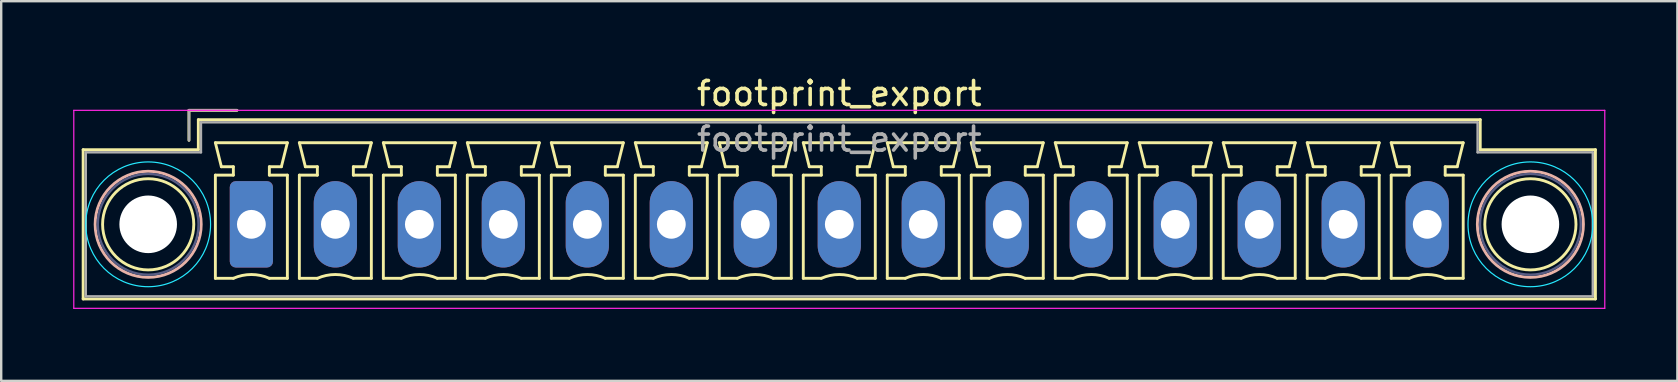
<source format=kicad_pcb>
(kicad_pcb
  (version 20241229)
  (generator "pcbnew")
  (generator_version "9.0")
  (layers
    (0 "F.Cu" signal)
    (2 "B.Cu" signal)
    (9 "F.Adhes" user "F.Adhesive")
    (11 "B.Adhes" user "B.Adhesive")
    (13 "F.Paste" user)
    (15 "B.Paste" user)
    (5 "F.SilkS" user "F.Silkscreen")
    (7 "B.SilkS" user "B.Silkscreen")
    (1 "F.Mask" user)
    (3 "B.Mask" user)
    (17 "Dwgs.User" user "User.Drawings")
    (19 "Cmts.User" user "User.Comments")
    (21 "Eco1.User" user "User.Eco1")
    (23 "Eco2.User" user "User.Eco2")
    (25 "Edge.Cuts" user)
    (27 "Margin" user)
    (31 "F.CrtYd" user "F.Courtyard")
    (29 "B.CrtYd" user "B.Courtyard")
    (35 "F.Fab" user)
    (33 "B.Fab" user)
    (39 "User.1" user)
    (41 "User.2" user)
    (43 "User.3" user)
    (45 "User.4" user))
  (footprint "footprint_export"
    (layer "F.Cu")
    (at 7.425 6.298)
    (property "Reference" "footprint_export" (at 24.5 -5.45 0) (layer "F.SilkS") (effects (font (size 1 1) (thickness 0.15))))
    (attr through_hole)
    (fp_line (start -7.01 -3.11) (end -7.01 3.11) (stroke (width 0.12) (type solid)) (layer "F.SilkS"))
    (fp_line (start -7.01 3.11) (end 56.01 3.11) (stroke (width 0.12) (type solid)) (layer "F.SilkS"))
    (fp_line (start -2.6 -4.75) (end -0.6 -4.75) (stroke (width 0.12) (type solid)) (layer "F.SilkS"))
    (fp_line (start -2.6 -3.5) (end -2.6 -4.75) (stroke (width 0.12) (type solid)) (layer "F.SilkS"))
    (fp_line (start -2.21 -4.36) (end -2.21 -3.11) (stroke (width 0.12) (type solid)) (layer "F.SilkS"))
    (fp_line (start -2.21 -3.11) (end -7.01 -3.11) (stroke (width 0.12) (type solid)) (layer "F.SilkS"))
    (fp_line (start -1.5 -3.4) (end 1.5 -3.4) (stroke (width 0.12) (type solid)) (layer "F.SilkS"))
    (fp_line (start -1.5 -2.05) (end -0.75 -2.05) (stroke (width 0.12) (type solid)) (layer "F.SilkS"))
    (fp_line (start -1.5 2.25) (end -1.5 -2.05) (stroke (width 0.12) (type solid)) (layer "F.SilkS"))
    (fp_line (start -1.25 -2.4) (end -1.5 -3.4) (stroke (width 0.12) (type solid)) (layer "F.SilkS"))
    (fp_line (start -0.75 -2.4) (end -1.25 -2.4) (stroke (width 0.12) (type solid)) (layer "F.SilkS"))
    (fp_line (start -0.75 -2.05) (end -0.75 -2.4) (stroke (width 0.12) (type solid)) (layer "F.SilkS"))
    (fp_line (start -0.75 2.25) (end -1.5 2.25) (stroke (width 0.12) (type solid)) (layer "F.SilkS"))
    (fp_line (start 0.75 -2.4) (end 0.75 -2.05) (stroke (width 0.12) (type solid)) (layer "F.SilkS"))
    (fp_line (start 0.75 -2.05) (end 1.5 -2.05) (stroke (width 0.12) (type solid)) (layer "F.SilkS"))
    (fp_line (start 1.25 -2.4) (end 0.75 -2.4) (stroke (width 0.12) (type solid)) (layer "F.SilkS"))
    (fp_line (start 1.5 -3.4) (end 1.25 -2.4) (stroke (width 0.12) (type solid)) (layer "F.SilkS"))
    (fp_line (start 1.5 -2.05) (end 1.5 2.25) (stroke (width 0.12) (type solid)) (layer "F.SilkS"))
    (fp_line (start 1.5 2.25) (end 0.75 2.25) (stroke (width 0.12) (type solid)) (layer "F.SilkS"))
    (fp_line (start 2 -3.4) (end 5 -3.4) (stroke (width 0.12) (type solid)) (layer "F.SilkS"))
    (fp_line (start 2 -2.05) (end 2.75 -2.05) (stroke (width 0.12) (type solid)) (layer "F.SilkS"))
    (fp_line (start 2 2.25) (end 2 -2.05) (stroke (width 0.12) (type solid)) (layer "F.SilkS"))
    (fp_line (start 2.25 -2.4) (end 2 -3.4) (stroke (width 0.12) (type solid)) (layer "F.SilkS"))
    (fp_line (start 2.75 -2.4) (end 2.25 -2.4) (stroke (width 0.12) (type solid)) (layer "F.SilkS"))
    (fp_line (start 2.75 -2.05) (end 2.75 -2.4) (stroke (width 0.12) (type solid)) (layer "F.SilkS"))
    (fp_line (start 2.75 2.25) (end 2 2.25) (stroke (width 0.12) (type solid)) (layer "F.SilkS"))
    (fp_line (start 4.25 -2.4) (end 4.25 -2.05) (stroke (width 0.12) (type solid)) (layer "F.SilkS"))
    (fp_line (start 4.25 -2.05) (end 5 -2.05) (stroke (width 0.12) (type solid)) (layer "F.SilkS"))
    (fp_line (start 4.75 -2.4) (end 4.25 -2.4) (stroke (width 0.12) (type solid)) (layer "F.SilkS"))
    (fp_line (start 5 -3.4) (end 4.75 -2.4) (stroke (width 0.12) (type solid)) (layer "F.SilkS"))
    (fp_line (start 5 -2.05) (end 5 2.25) (stroke (width 0.12) (type solid)) (layer "F.SilkS"))
    (fp_line (start 5 2.25) (end 4.25 2.25) (stroke (width 0.12) (type solid)) (layer "F.SilkS"))
    (fp_line (start 5.5 -3.4) (end 8.5 -3.4) (stroke (width 0.12) (type solid)) (layer "F.SilkS"))
    (fp_line (start 5.5 -2.05) (end 6.25 -2.05) (stroke (width 0.12) (type solid)) (layer "F.SilkS"))
    (fp_line (start 5.5 2.25) (end 5.5 -2.05) (stroke (width 0.12) (type solid)) (layer "F.SilkS"))
    (fp_line (start 5.75 -2.4) (end 5.5 -3.4) (stroke (width 0.12) (type solid)) (layer "F.SilkS"))
    (fp_line (start 6.25 -2.4) (end 5.75 -2.4) (stroke (width 0.12) (type solid)) (layer "F.SilkS"))
    (fp_line (start 6.25 -2.05) (end 6.25 -2.4) (stroke (width 0.12) (type solid)) (layer "F.SilkS"))
    (fp_line (start 6.25 2.25) (end 5.5 2.25) (stroke (width 0.12) (type solid)) (layer "F.SilkS"))
    (fp_line (start 7.75 -2.4) (end 7.75 -2.05) (stroke (width 0.12) (type solid)) (layer "F.SilkS"))
    (fp_line (start 7.75 -2.05) (end 8.5 -2.05) (stroke (width 0.12) (type solid)) (layer "F.SilkS"))
    (fp_line (start 8.25 -2.4) (end 7.75 -2.4) (stroke (width 0.12) (type solid)) (layer "F.SilkS"))
    (fp_line (start 8.5 -3.4) (end 8.25 -2.4) (stroke (width 0.12) (type solid)) (layer "F.SilkS"))
    (fp_line (start 8.5 -2.05) (end 8.5 2.25) (stroke (width 0.12) (type solid)) (layer "F.SilkS"))
    (fp_line (start 8.5 2.25) (end 7.75 2.25) (stroke (width 0.12) (type solid)) (layer "F.SilkS"))
    (fp_line (start 9 -3.4) (end 12 -3.4) (stroke (width 0.12) (type solid)) (layer "F.SilkS"))
    (fp_line (start 9 -2.05) (end 9.75 -2.05) (stroke (width 0.12) (type solid)) (layer "F.SilkS"))
    (fp_line (start 9 2.25) (end 9 -2.05) (stroke (width 0.12) (type solid)) (layer "F.SilkS"))
    (fp_line (start 9.25 -2.4) (end 9 -3.4) (stroke (width 0.12) (type solid)) (layer "F.SilkS"))
    (fp_line (start 9.75 -2.4) (end 9.25 -2.4) (stroke (width 0.12) (type solid)) (layer "F.SilkS"))
    (fp_line (start 9.75 -2.05) (end 9.75 -2.4) (stroke (width 0.12) (type solid)) (layer "F.SilkS"))
    (fp_line (start 9.75 2.25) (end 9 2.25) (stroke (width 0.12) (type solid)) (layer "F.SilkS"))
    (fp_line (start 11.25 -2.4) (end 11.25 -2.05) (stroke (width 0.12) (type solid)) (layer "F.SilkS"))
    (fp_line (start 11.25 -2.05) (end 12 -2.05) (stroke (width 0.12) (type solid)) (layer "F.SilkS"))
    (fp_line (start 11.75 -2.4) (end 11.25 -2.4) (stroke (width 0.12) (type solid)) (layer "F.SilkS"))
    (fp_line (start 12 -3.4) (end 11.75 -2.4) (stroke (width 0.12) (type solid)) (layer "F.SilkS"))
    (fp_line (start 12 -2.05) (end 12 2.25) (stroke (width 0.12) (type solid)) (layer "F.SilkS"))
    (fp_line (start 12 2.25) (end 11.25 2.25) (stroke (width 0.12) (type solid)) (layer "F.SilkS"))
    (fp_line (start 12.5 -3.4) (end 15.5 -3.4) (stroke (width 0.12) (type solid)) (layer "F.SilkS"))
    (fp_line (start 12.5 -2.05) (end 13.25 -2.05) (stroke (width 0.12) (type solid)) (layer "F.SilkS"))
    (fp_line (start 12.5 2.25) (end 12.5 -2.05) (stroke (width 0.12) (type solid)) (layer "F.SilkS"))
    (fp_line (start 12.75 -2.4) (end 12.5 -3.4) (stroke (width 0.12) (type solid)) (layer "F.SilkS"))
    (fp_line (start 13.25 -2.4) (end 12.75 -2.4) (stroke (width 0.12) (type solid)) (layer "F.SilkS"))
    (fp_line (start 13.25 -2.05) (end 13.25 -2.4) (stroke (width 0.12) (type solid)) (layer "F.SilkS"))
    (fp_line (start 13.25 2.25) (end 12.5 2.25) (stroke (width 0.12) (type solid)) (layer "F.SilkS"))
    (fp_line (start 14.75 -2.4) (end 14.75 -2.05) (stroke (width 0.12) (type solid)) (layer "F.SilkS"))
    (fp_line (start 14.75 -2.05) (end 15.5 -2.05) (stroke (width 0.12) (type solid)) (layer "F.SilkS"))
    (fp_line (start 15.25 -2.4) (end 14.75 -2.4) (stroke (width 0.12) (type solid)) (layer "F.SilkS"))
    (fp_line (start 15.5 -3.4) (end 15.25 -2.4) (stroke (width 0.12) (type solid)) (layer "F.SilkS"))
    (fp_line (start 15.5 -2.05) (end 15.5 2.25) (stroke (width 0.12) (type solid)) (layer "F.SilkS"))
    (fp_line (start 15.5 2.25) (end 14.75 2.25) (stroke (width 0.12) (type solid)) (layer "F.SilkS"))
    (fp_line (start 16 -3.4) (end 19 -3.4) (stroke (width 0.12) (type solid)) (layer "F.SilkS"))
    (fp_line (start 16 -2.05) (end 16.75 -2.05) (stroke (width 0.12) (type solid)) (layer "F.SilkS"))
    (fp_line (start 16 2.25) (end 16 -2.05) (stroke (width 0.12) (type solid)) (layer "F.SilkS"))
    (fp_line (start 16.25 -2.4) (end 16 -3.4) (stroke (width 0.12) (type solid)) (layer "F.SilkS"))
    (fp_line (start 16.75 -2.4) (end 16.25 -2.4) (stroke (width 0.12) (type solid)) (layer "F.SilkS"))
    (fp_line (start 16.75 -2.05) (end 16.75 -2.4) (stroke (width 0.12) (type solid)) (layer "F.SilkS"))
    (fp_line (start 16.75 2.25) (end 16 2.25) (stroke (width 0.12) (type solid)) (layer "F.SilkS"))
    (fp_line (start 18.25 -2.4) (end 18.25 -2.05) (stroke (width 0.12) (type solid)) (layer "F.SilkS"))
    (fp_line (start 18.25 -2.05) (end 19 -2.05) (stroke (width 0.12) (type solid)) (layer "F.SilkS"))
    (fp_line (start 18.75 -2.4) (end 18.25 -2.4) (stroke (width 0.12) (type solid)) (layer "F.SilkS"))
    (fp_line (start 19 -3.4) (end 18.75 -2.4) (stroke (width 0.12) (type solid)) (layer "F.SilkS"))
    (fp_line (start 19 -2.05) (end 19 2.25) (stroke (width 0.12) (type solid)) (layer "F.SilkS"))
    (fp_line (start 19 2.25) (end 18.25 2.25) (stroke (width 0.12) (type solid)) (layer "F.SilkS"))
    (fp_line (start 19.5 -3.4) (end 22.5 -3.4) (stroke (width 0.12) (type solid)) (layer "F.SilkS"))
    (fp_line (start 19.5 -2.05) (end 20.25 -2.05) (stroke (width 0.12) (type solid)) (layer "F.SilkS"))
    (fp_line (start 19.5 2.25) (end 19.5 -2.05) (stroke (width 0.12) (type solid)) (layer "F.SilkS"))
    (fp_line (start 19.75 -2.4) (end 19.5 -3.4) (stroke (width 0.12) (type solid)) (layer "F.SilkS"))
    (fp_line (start 20.25 -2.4) (end 19.75 -2.4) (stroke (width 0.12) (type solid)) (layer "F.SilkS"))
    (fp_line (start 20.25 -2.05) (end 20.25 -2.4) (stroke (width 0.12) (type solid)) (layer "F.SilkS"))
    (fp_line (start 20.25 2.25) (end 19.5 2.25) (stroke (width 0.12) (type solid)) (layer "F.SilkS"))
    (fp_line (start 21.75 -2.4) (end 21.75 -2.05) (stroke (width 0.12) (type solid)) (layer "F.SilkS"))
    (fp_line (start 21.75 -2.05) (end 22.5 -2.05) (stroke (width 0.12) (type solid)) (layer "F.SilkS"))
    (fp_line (start 22.25 -2.4) (end 21.75 -2.4) (stroke (width 0.12) (type solid)) (layer "F.SilkS"))
    (fp_line (start 22.5 -3.4) (end 22.25 -2.4) (stroke (width 0.12) (type solid)) (layer "F.SilkS"))
    (fp_line (start 22.5 -2.05) (end 22.5 2.25) (stroke (width 0.12) (type solid)) (layer "F.SilkS"))
    (fp_line (start 22.5 2.25) (end 21.75 2.25) (stroke (width 0.12) (type solid)) (layer "F.SilkS"))
    (fp_line (start 23 -3.4) (end 26 -3.4) (stroke (width 0.12) (type solid)) (layer "F.SilkS"))
    (fp_line (start 23 -2.05) (end 23.75 -2.05) (stroke (width 0.12) (type solid)) (layer "F.SilkS"))
    (fp_line (start 23 2.25) (end 23 -2.05) (stroke (width 0.12) (type solid)) (layer "F.SilkS"))
    (fp_line (start 23.25 -2.4) (end 23 -3.4) (stroke (width 0.12) (type solid)) (layer "F.SilkS"))
    (fp_line (start 23.75 -2.4) (end 23.25 -2.4) (stroke (width 0.12) (type solid)) (layer "F.SilkS"))
    (fp_line (start 23.75 -2.05) (end 23.75 -2.4) (stroke (width 0.12) (type solid)) (layer "F.SilkS"))
    (fp_line (start 23.75 2.25) (end 23 2.25) (stroke (width 0.12) (type solid)) (layer "F.SilkS"))
    (fp_line (start 25.25 -2.4) (end 25.25 -2.05) (stroke (width 0.12) (type solid)) (layer "F.SilkS"))
    (fp_line (start 25.25 -2.05) (end 26 -2.05) (stroke (width 0.12) (type solid)) (layer "F.SilkS"))
    (fp_line (start 25.75 -2.4) (end 25.25 -2.4) (stroke (width 0.12) (type solid)) (layer "F.SilkS"))
    (fp_line (start 26 -3.4) (end 25.75 -2.4) (stroke (width 0.12) (type solid)) (layer "F.SilkS"))
    (fp_line (start 26 -2.05) (end 26 2.25) (stroke (width 0.12) (type solid)) (layer "F.SilkS"))
    (fp_line (start 26 2.25) (end 25.25 2.25) (stroke (width 0.12) (type solid)) (layer "F.SilkS"))
    (fp_line (start 26.5 -3.4) (end 29.5 -3.4) (stroke (width 0.12) (type solid)) (layer "F.SilkS"))
    (fp_line (start 26.5 -2.05) (end 27.25 -2.05) (stroke (width 0.12) (type solid)) (layer "F.SilkS"))
    (fp_line (start 26.5 2.25) (end 26.5 -2.05) (stroke (width 0.12) (type solid)) (layer "F.SilkS"))
    (fp_line (start 26.75 -2.4) (end 26.5 -3.4) (stroke (width 0.12) (type solid)) (layer "F.SilkS"))
    (fp_line (start 27.25 -2.4) (end 26.75 -2.4) (stroke (width 0.12) (type solid)) (layer "F.SilkS"))
    (fp_line (start 27.25 -2.05) (end 27.25 -2.4) (stroke (width 0.12) (type solid)) (layer "F.SilkS"))
    (fp_line (start 27.25 2.25) (end 26.5 2.25) (stroke (width 0.12) (type solid)) (layer "F.SilkS"))
    (fp_line (start 28.75 -2.4) (end 28.75 -2.05) (stroke (width 0.12) (type solid)) (layer "F.SilkS"))
    (fp_line (start 28.75 -2.05) (end 29.5 -2.05) (stroke (width 0.12) (type solid)) (layer "F.SilkS"))
    (fp_line (start 29.25 -2.4) (end 28.75 -2.4) (stroke (width 0.12) (type solid)) (layer "F.SilkS"))
    (fp_line (start 29.5 -3.4) (end 29.25 -2.4) (stroke (width 0.12) (type solid)) (layer "F.SilkS"))
    (fp_line (start 29.5 -2.05) (end 29.5 2.25) (stroke (width 0.12) (type solid)) (layer "F.SilkS"))
    (fp_line (start 29.5 2.25) (end 28.75 2.25) (stroke (width 0.12) (type solid)) (layer "F.SilkS"))
    (fp_line (start 30 -3.4) (end 33 -3.4) (stroke (width 0.12) (type solid)) (layer "F.SilkS"))
    (fp_line (start 30 -2.05) (end 30.75 -2.05) (stroke (width 0.12) (type solid)) (layer "F.SilkS"))
    (fp_line (start 30 2.25) (end 30 -2.05) (stroke (width 0.12) (type solid)) (layer "F.SilkS"))
    (fp_line (start 30.25 -2.4) (end 30 -3.4) (stroke (width 0.12) (type solid)) (layer "F.SilkS"))
    (fp_line (start 30.75 -2.4) (end 30.25 -2.4) (stroke (width 0.12) (type solid)) (layer "F.SilkS"))
    (fp_line (start 30.75 -2.05) (end 30.75 -2.4) (stroke (width 0.12) (type solid)) (layer "F.SilkS"))
    (fp_line (start 30.75 2.25) (end 30 2.25) (stroke (width 0.12) (type solid)) (layer "F.SilkS"))
    (fp_line (start 32.25 -2.4) (end 32.25 -2.05) (stroke (width 0.12) (type solid)) (layer "F.SilkS"))
    (fp_line (start 32.25 -2.05) (end 33 -2.05) (stroke (width 0.12) (type solid)) (layer "F.SilkS"))
    (fp_line (start 32.75 -2.4) (end 32.25 -2.4) (stroke (width 0.12) (type solid)) (layer "F.SilkS"))
    (fp_line (start 33 -3.4) (end 32.75 -2.4) (stroke (width 0.12) (type solid)) (layer "F.SilkS"))
    (fp_line (start 33 -2.05) (end 33 2.25) (stroke (width 0.12) (type solid)) (layer "F.SilkS"))
    (fp_line (start 33 2.25) (end 32.25 2.25) (stroke (width 0.12) (type solid)) (layer "F.SilkS"))
    (fp_line (start 33.5 -3.4) (end 36.5 -3.4) (stroke (width 0.12) (type solid)) (layer "F.SilkS"))
    (fp_line (start 33.5 -2.05) (end 34.25 -2.05) (stroke (width 0.12) (type solid)) (layer "F.SilkS"))
    (fp_line (start 33.5 2.25) (end 33.5 -2.05) (stroke (width 0.12) (type solid)) (layer "F.SilkS"))
    (fp_line (start 33.75 -2.4) (end 33.5 -3.4) (stroke (width 0.12) (type solid)) (layer "F.SilkS"))
    (fp_line (start 34.25 -2.4) (end 33.75 -2.4) (stroke (width 0.12) (type solid)) (layer "F.SilkS"))
    (fp_line (start 34.25 -2.05) (end 34.25 -2.4) (stroke (width 0.12) (type solid)) (layer "F.SilkS"))
    (fp_line (start 34.25 2.25) (end 33.5 2.25) (stroke (width 0.12) (type solid)) (layer "F.SilkS"))
    (fp_line (start 35.75 -2.4) (end 35.75 -2.05) (stroke (width 0.12) (type solid)) (layer "F.SilkS"))
    (fp_line (start 35.75 -2.05) (end 36.5 -2.05) (stroke (width 0.12) (type solid)) (layer "F.SilkS"))
    (fp_line (start 36.25 -2.4) (end 35.75 -2.4) (stroke (width 0.12) (type solid)) (layer "F.SilkS"))
    (fp_line (start 36.5 -3.4) (end 36.25 -2.4) (stroke (width 0.12) (type solid)) (layer "F.SilkS"))
    (fp_line (start 36.5 -2.05) (end 36.5 2.25) (stroke (width 0.12) (type solid)) (layer "F.SilkS"))
    (fp_line (start 36.5 2.25) (end 35.75 2.25) (stroke (width 0.12) (type solid)) (layer "F.SilkS"))
    (fp_line (start 37 -3.4) (end 40 -3.4) (stroke (width 0.12) (type solid)) (layer "F.SilkS"))
    (fp_line (start 37 -2.05) (end 37.75 -2.05) (stroke (width 0.12) (type solid)) (layer "F.SilkS"))
    (fp_line (start 37 2.25) (end 37 -2.05) (stroke (width 0.12) (type solid)) (layer "F.SilkS"))
    (fp_line (start 37.25 -2.4) (end 37 -3.4) (stroke (width 0.12) (type solid)) (layer "F.SilkS"))
    (fp_line (start 37.75 -2.4) (end 37.25 -2.4) (stroke (width 0.12) (type solid)) (layer "F.SilkS"))
    (fp_line (start 37.75 -2.05) (end 37.75 -2.4) (stroke (width 0.12) (type solid)) (layer "F.SilkS"))
    (fp_line (start 37.75 2.25) (end 37 2.25) (stroke (width 0.12) (type solid)) (layer "F.SilkS"))
    (fp_line (start 39.25 -2.4) (end 39.25 -2.05) (stroke (width 0.12) (type solid)) (layer "F.SilkS"))
    (fp_line (start 39.25 -2.05) (end 40 -2.05) (stroke (width 0.12) (type solid)) (layer "F.SilkS"))
    (fp_line (start 39.75 -2.4) (end 39.25 -2.4) (stroke (width 0.12) (type solid)) (layer "F.SilkS"))
    (fp_line (start 40 -3.4) (end 39.75 -2.4) (stroke (width 0.12) (type solid)) (layer "F.SilkS"))
    (fp_line (start 40 -2.05) (end 40 2.25) (stroke (width 0.12) (type solid)) (layer "F.SilkS"))
    (fp_line (start 40 2.25) (end 39.25 2.25) (stroke (width 0.12) (type solid)) (layer "F.SilkS"))
    (fp_line (start 40.5 -3.4) (end 43.5 -3.4) (stroke (width 0.12) (type solid)) (layer "F.SilkS"))
    (fp_line (start 40.5 -2.05) (end 41.25 -2.05) (stroke (width 0.12) (type solid)) (layer "F.SilkS"))
    (fp_line (start 40.5 2.25) (end 40.5 -2.05) (stroke (width 0.12) (type solid)) (layer "F.SilkS"))
    (fp_line (start 40.75 -2.4) (end 40.5 -3.4) (stroke (width 0.12) (type solid)) (layer "F.SilkS"))
    (fp_line (start 41.25 -2.4) (end 40.75 -2.4) (stroke (width 0.12) (type solid)) (layer "F.SilkS"))
    (fp_line (start 41.25 -2.05) (end 41.25 -2.4) (stroke (width 0.12) (type solid)) (layer "F.SilkS"))
    (fp_line (start 41.25 2.25) (end 40.5 2.25) (stroke (width 0.12) (type solid)) (layer "F.SilkS"))
    (fp_line (start 42.75 -2.4) (end 42.75 -2.05) (stroke (width 0.12) (type solid)) (layer "F.SilkS"))
    (fp_line (start 42.75 -2.05) (end 43.5 -2.05) (stroke (width 0.12) (type solid)) (layer "F.SilkS"))
    (fp_line (start 43.25 -2.4) (end 42.75 -2.4) (stroke (width 0.12) (type solid)) (layer "F.SilkS"))
    (fp_line (start 43.5 -3.4) (end 43.25 -2.4) (stroke (width 0.12) (type solid)) (layer "F.SilkS"))
    (fp_line (start 43.5 -2.05) (end 43.5 2.25) (stroke (width 0.12) (type solid)) (layer "F.SilkS"))
    (fp_line (start 43.5 2.25) (end 42.75 2.25) (stroke (width 0.12) (type solid)) (layer "F.SilkS"))
    (fp_line (start 44 -3.4) (end 47 -3.4) (stroke (width 0.12) (type solid)) (layer "F.SilkS"))
    (fp_line (start 44 -2.05) (end 44.75 -2.05) (stroke (width 0.12) (type solid)) (layer "F.SilkS"))
    (fp_line (start 44 2.25) (end 44 -2.05) (stroke (width 0.12) (type solid)) (layer "F.SilkS"))
    (fp_line (start 44.25 -2.4) (end 44 -3.4) (stroke (width 0.12) (type solid)) (layer "F.SilkS"))
    (fp_line (start 44.75 -2.4) (end 44.25 -2.4) (stroke (width 0.12) (type solid)) (layer "F.SilkS"))
    (fp_line (start 44.75 -2.05) (end 44.75 -2.4) (stroke (width 0.12) (type solid)) (layer "F.SilkS"))
    (fp_line (start 44.75 2.25) (end 44 2.25) (stroke (width 0.12) (type solid)) (layer "F.SilkS"))
    (fp_line (start 46.25 -2.4) (end 46.25 -2.05) (stroke (width 0.12) (type solid)) (layer "F.SilkS"))
    (fp_line (start 46.25 -2.05) (end 47 -2.05) (stroke (width 0.12) (type solid)) (layer "F.SilkS"))
    (fp_line (start 46.75 -2.4) (end 46.25 -2.4) (stroke (width 0.12) (type solid)) (layer "F.SilkS"))
    (fp_line (start 47 -3.4) (end 46.75 -2.4) (stroke (width 0.12) (type solid)) (layer "F.SilkS"))
    (fp_line (start 47 -2.05) (end 47 2.25) (stroke (width 0.12) (type solid)) (layer "F.SilkS"))
    (fp_line (start 47 2.25) (end 46.25 2.25) (stroke (width 0.12) (type solid)) (layer "F.SilkS"))
    (fp_line (start 47.5 -3.4) (end 50.5 -3.4) (stroke (width 0.12) (type solid)) (layer "F.SilkS"))
    (fp_line (start 47.5 -2.05) (end 48.25 -2.05) (stroke (width 0.12) (type solid)) (layer "F.SilkS"))
    (fp_line (start 47.5 2.25) (end 47.5 -2.05) (stroke (width 0.12) (type solid)) (layer "F.SilkS"))
    (fp_line (start 47.75 -2.4) (end 47.5 -3.4) (stroke (width 0.12) (type solid)) (layer "F.SilkS"))
    (fp_line (start 48.25 -2.4) (end 47.75 -2.4) (stroke (width 0.12) (type solid)) (layer "F.SilkS"))
    (fp_line (start 48.25 -2.05) (end 48.25 -2.4) (stroke (width 0.12) (type solid)) (layer "F.SilkS"))
    (fp_line (start 48.25 2.25) (end 47.5 2.25) (stroke (width 0.12) (type solid)) (layer "F.SilkS"))
    (fp_line (start 49.75 -2.4) (end 49.75 -2.05) (stroke (width 0.12) (type solid)) (layer "F.SilkS"))
    (fp_line (start 49.75 -2.05) (end 50.5 -2.05) (stroke (width 0.12) (type solid)) (layer "F.SilkS"))
    (fp_line (start 50.25 -2.4) (end 49.75 -2.4) (stroke (width 0.12) (type solid)) (layer "F.SilkS"))
    (fp_line (start 50.5 -3.4) (end 50.25 -2.4) (stroke (width 0.12) (type solid)) (layer "F.SilkS"))
    (fp_line (start 50.5 -2.05) (end 50.5 2.25) (stroke (width 0.12) (type solid)) (layer "F.SilkS"))
    (fp_line (start 50.5 2.25) (end 49.75 2.25) (stroke (width 0.12) (type solid)) (layer "F.SilkS"))
    (fp_line (start 51.21 -4.36) (end -2.21 -4.36) (stroke (width 0.12) (type solid)) (layer "F.SilkS"))
    (fp_line (start 51.21 -3.11) (end 51.21 -4.36) (stroke (width 0.12) (type solid)) (layer "F.SilkS"))
    (fp_line (start 56.01 -3.11) (end 51.21 -3.11) (stroke (width 0.12) (type solid)) (layer "F.SilkS"))
    (fp_line (start 56.01 3.11) (end 56.01 -3.11) (stroke (width 0.12) (type solid)) (layer "F.SilkS"))
    (fp_arc (start -0.75 2.25) (mid -0.000193 2.09191) (end 0.749647 2.249844) (stroke (width 0.12) (type solid)) (layer "F.SilkS"))
    (fp_arc (start 2.75 2.25) (mid 3.499807 2.09191) (end 4.249647 2.249844) (stroke (width 0.12) (type solid)) (layer "F.SilkS"))
    (fp_arc (start 6.25 2.25) (mid 6.999807 2.09191) (end 7.749647 2.249844) (stroke (width 0.12) (type solid)) (layer "F.SilkS"))
    (fp_arc (start 9.75 2.25) (mid 10.499807 2.09191) (end 11.249647 2.249844) (stroke (width 0.12) (type solid)) (layer "F.SilkS"))
    (fp_arc (start 13.25 2.25) (mid 13.999807 2.09191) (end 14.749647 2.249844) (stroke (width 0.12) (type solid)) (layer "F.SilkS"))
    (fp_arc (start 16.75 2.25) (mid 17.499807 2.09191) (end 18.249647 2.249844) (stroke (width 0.12) (type solid)) (layer "F.SilkS"))
    (fp_arc (start 20.25 2.25) (mid 20.999807 2.09191) (end 21.749647 2.249844) (stroke (width 0.12) (type solid)) (layer "F.SilkS"))
    (fp_arc (start 23.75 2.25) (mid 24.499807 2.09191) (end 25.249647 2.249844) (stroke (width 0.12) (type solid)) (layer "F.SilkS"))
    (fp_arc (start 27.25 2.25) (mid 27.999807 2.09191) (end 28.749647 2.249844) (stroke (width 0.12) (type solid)) (layer "F.SilkS"))
    (fp_arc (start 30.75 2.25) (mid 31.499807 2.09191) (end 32.249647 2.249844) (stroke (width 0.12) (type solid)) (layer "F.SilkS"))
    (fp_arc (start 34.25 2.25) (mid 34.999807 2.09191) (end 35.749647 2.249844) (stroke (width 0.12) (type solid)) (layer "F.SilkS"))
    (fp_arc (start 37.75 2.25) (mid 38.499807 2.09191) (end 39.249647 2.249844) (stroke (width 0.12) (type solid)) (layer "F.SilkS"))
    (fp_arc (start 41.25 2.25) (mid 41.999807 2.09191) (end 42.749647 2.249844) (stroke (width 0.12) (type solid)) (layer "F.SilkS"))
    (fp_arc (start 44.75 2.25) (mid 45.499807 2.09191) (end 46.249647 2.249844) (stroke (width 0.12) (type solid)) (layer "F.SilkS"))
    (fp_arc (start 48.25 2.25) (mid 48.999807 2.09191) (end 49.749647 2.249844) (stroke (width 0.12) (type solid)) (layer "F.SilkS"))
    (fp_circle (center -4.3 0) (end -2.4 0) (stroke (width 0.12) (type solid)) (fill no) (layer "F.SilkS"))
    (fp_circle (center 53.3 0) (end 55.2 0) (stroke (width 0.12) (type solid)) (fill no) (layer "F.SilkS"))
    (fp_circle (center -4.3 0) (end -2.09 0) (stroke (width 0.12) (type solid)) (fill no) (layer "B.SilkS"))
    (fp_circle (center 53.3 0) (end 55.51 0) (stroke (width 0.12) (type solid)) (fill no) (layer "B.SilkS"))
    (fp_circle (center -4.3 0) (end -1.7 0) (stroke (width 0.05) (type solid)) (fill no) (layer "B.CrtYd"))
    (fp_circle (center 53.3 0) (end 55.9 0) (stroke (width 0.05) (type solid)) (fill no) (layer "B.CrtYd"))
    (fp_line (start -7.4 -4.75) (end -7.4 3.5) (stroke (width 0.05) (type solid)) (layer "F.CrtYd"))
    (fp_line (start -7.4 3.5) (end 56.4 3.5) (stroke (width 0.05) (type solid)) (layer "F.CrtYd"))
    (fp_line (start 56.4 -4.75) (end -7.4 -4.75) (stroke (width 0.05) (type solid)) (layer "F.CrtYd"))
    (fp_line (start 56.4 3.5) (end 56.4 -4.75) (stroke (width 0.05) (type solid)) (layer "F.CrtYd"))
    (fp_circle (center -4.3 0) (end -2.2 0) (stroke (width 0.1) (type solid)) (fill no) (layer "B.Fab"))
    (fp_circle (center 53.3 0) (end 55.4 0) (stroke (width 0.1) (type solid)) (fill no) (layer "B.Fab"))
    (fp_line (start -6.9 -3) (end -6.9 3) (stroke (width 0.1) (type solid)) (layer "F.Fab"))
    (fp_line (start -6.9 3) (end 55.9 3) (stroke (width 0.1) (type solid)) (layer "F.Fab"))
    (fp_line (start -2.6 -4.75) (end -0.6 -4.75) (stroke (width 0.1) (type solid)) (layer "F.Fab"))
    (fp_line (start -2.6 -3.5) (end -2.6 -4.75) (stroke (width 0.1) (type solid)) (layer "F.Fab"))
    (fp_line (start -2.1 -4.25) (end -2.1 -3) (stroke (width 0.1) (type solid)) (layer "F.Fab"))
    (fp_line (start -2.1 -3) (end -6.9 -3) (stroke (width 0.1) (type solid)) (layer "F.Fab"))
    (fp_line (start 51.1 -4.25) (end -2.1 -4.25) (stroke (width 0.1) (type solid)) (layer "F.Fab"))
    (fp_line (start 51.1 -3) (end 51.1 -4.25) (stroke (width 0.1) (type solid)) (layer "F.Fab"))
    (fp_line (start 55.9 -3) (end 51.1 -3) (stroke (width 0.1) (type solid)) (layer "F.Fab"))
    (fp_line (start 55.9 3) (end 55.9 -3) (stroke (width 0.1) (type solid)) (layer "F.Fab"))
    (fp_text user "${REFERENCE}" (at 24.5 -3.55 0) (layer "F.Fab") (effects (font (size 1 1) (thickness 0.15))))
    (pad "" np_thru_hole circle (at -4.3 0) (size 2.4 2.4) (drill 2.4) (layers "*.Cu" "*.Mask"))
    (pad "" np_thru_hole circle (at 53.3 0) (size 2.4 2.4) (drill 2.4) (layers "*.Cu" "*.Mask"))
    (pad "1" thru_hole roundrect (at 0 0) (size 1.8 3.6) (drill 1.2) (layers "*.Cu" "*.Mask") (roundrect_rratio 0.139))
    (pad "2" thru_hole oval (at 3.5 0) (size 1.8 3.6) (drill 1.2) (layers "*.Cu" "*.Mask"))
    (pad "3" thru_hole oval (at 7 0) (size 1.8 3.6) (drill 1.2) (layers "*.Cu" "*.Mask"))
    (pad "4" thru_hole oval (at 10.5 0) (size 1.8 3.6) (drill 1.2) (layers "*.Cu" "*.Mask"))
    (pad "5" thru_hole oval (at 14 0) (size 1.8 3.6) (drill 1.2) (layers "*.Cu" "*.Mask"))
    (pad "6" thru_hole oval (at 17.5 0) (size 1.8 3.6) (drill 1.2) (layers "*.Cu" "*.Mask"))
    (pad "7" thru_hole oval (at 21 0) (size 1.8 3.6) (drill 1.2) (layers "*.Cu" "*.Mask"))
    (pad "8" thru_hole oval (at 24.5 0) (size 1.8 3.6) (drill 1.2) (layers "*.Cu" "*.Mask"))
    (pad "9" thru_hole oval (at 28 0) (size 1.8 3.6) (drill 1.2) (layers "*.Cu" "*.Mask"))
    (pad "10" thru_hole oval (at 31.5 0) (size 1.8 3.6) (drill 1.2) (layers "*.Cu" "*.Mask"))
    (pad "11" thru_hole oval (at 35 0) (size 1.8 3.6) (drill 1.2) (layers "*.Cu" "*.Mask"))
    (pad "12" thru_hole oval (at 38.5 0) (size 1.8 3.6) (drill 1.2) (layers "*.Cu" "*.Mask"))
    (pad "13" thru_hole oval (at 42 0) (size 1.8 3.6) (drill 1.2) (layers "*.Cu" "*.Mask"))
    (pad "14" thru_hole oval (at 45.5 0) (size 1.8 3.6) (drill 1.2) (layers "*.Cu" "*.Mask"))
    (pad "15" thru_hole oval (at 49 0) (size 1.8 3.6) (drill 1.2) (layers "*.Cu" "*.Mask")))
  (gr_rect
    (start -3 -3)
    (end 66.85 12.823)
    (stroke (width 0.1) (type default))
    (fill no)
    (layer "Edge.Cuts")))
</source>
